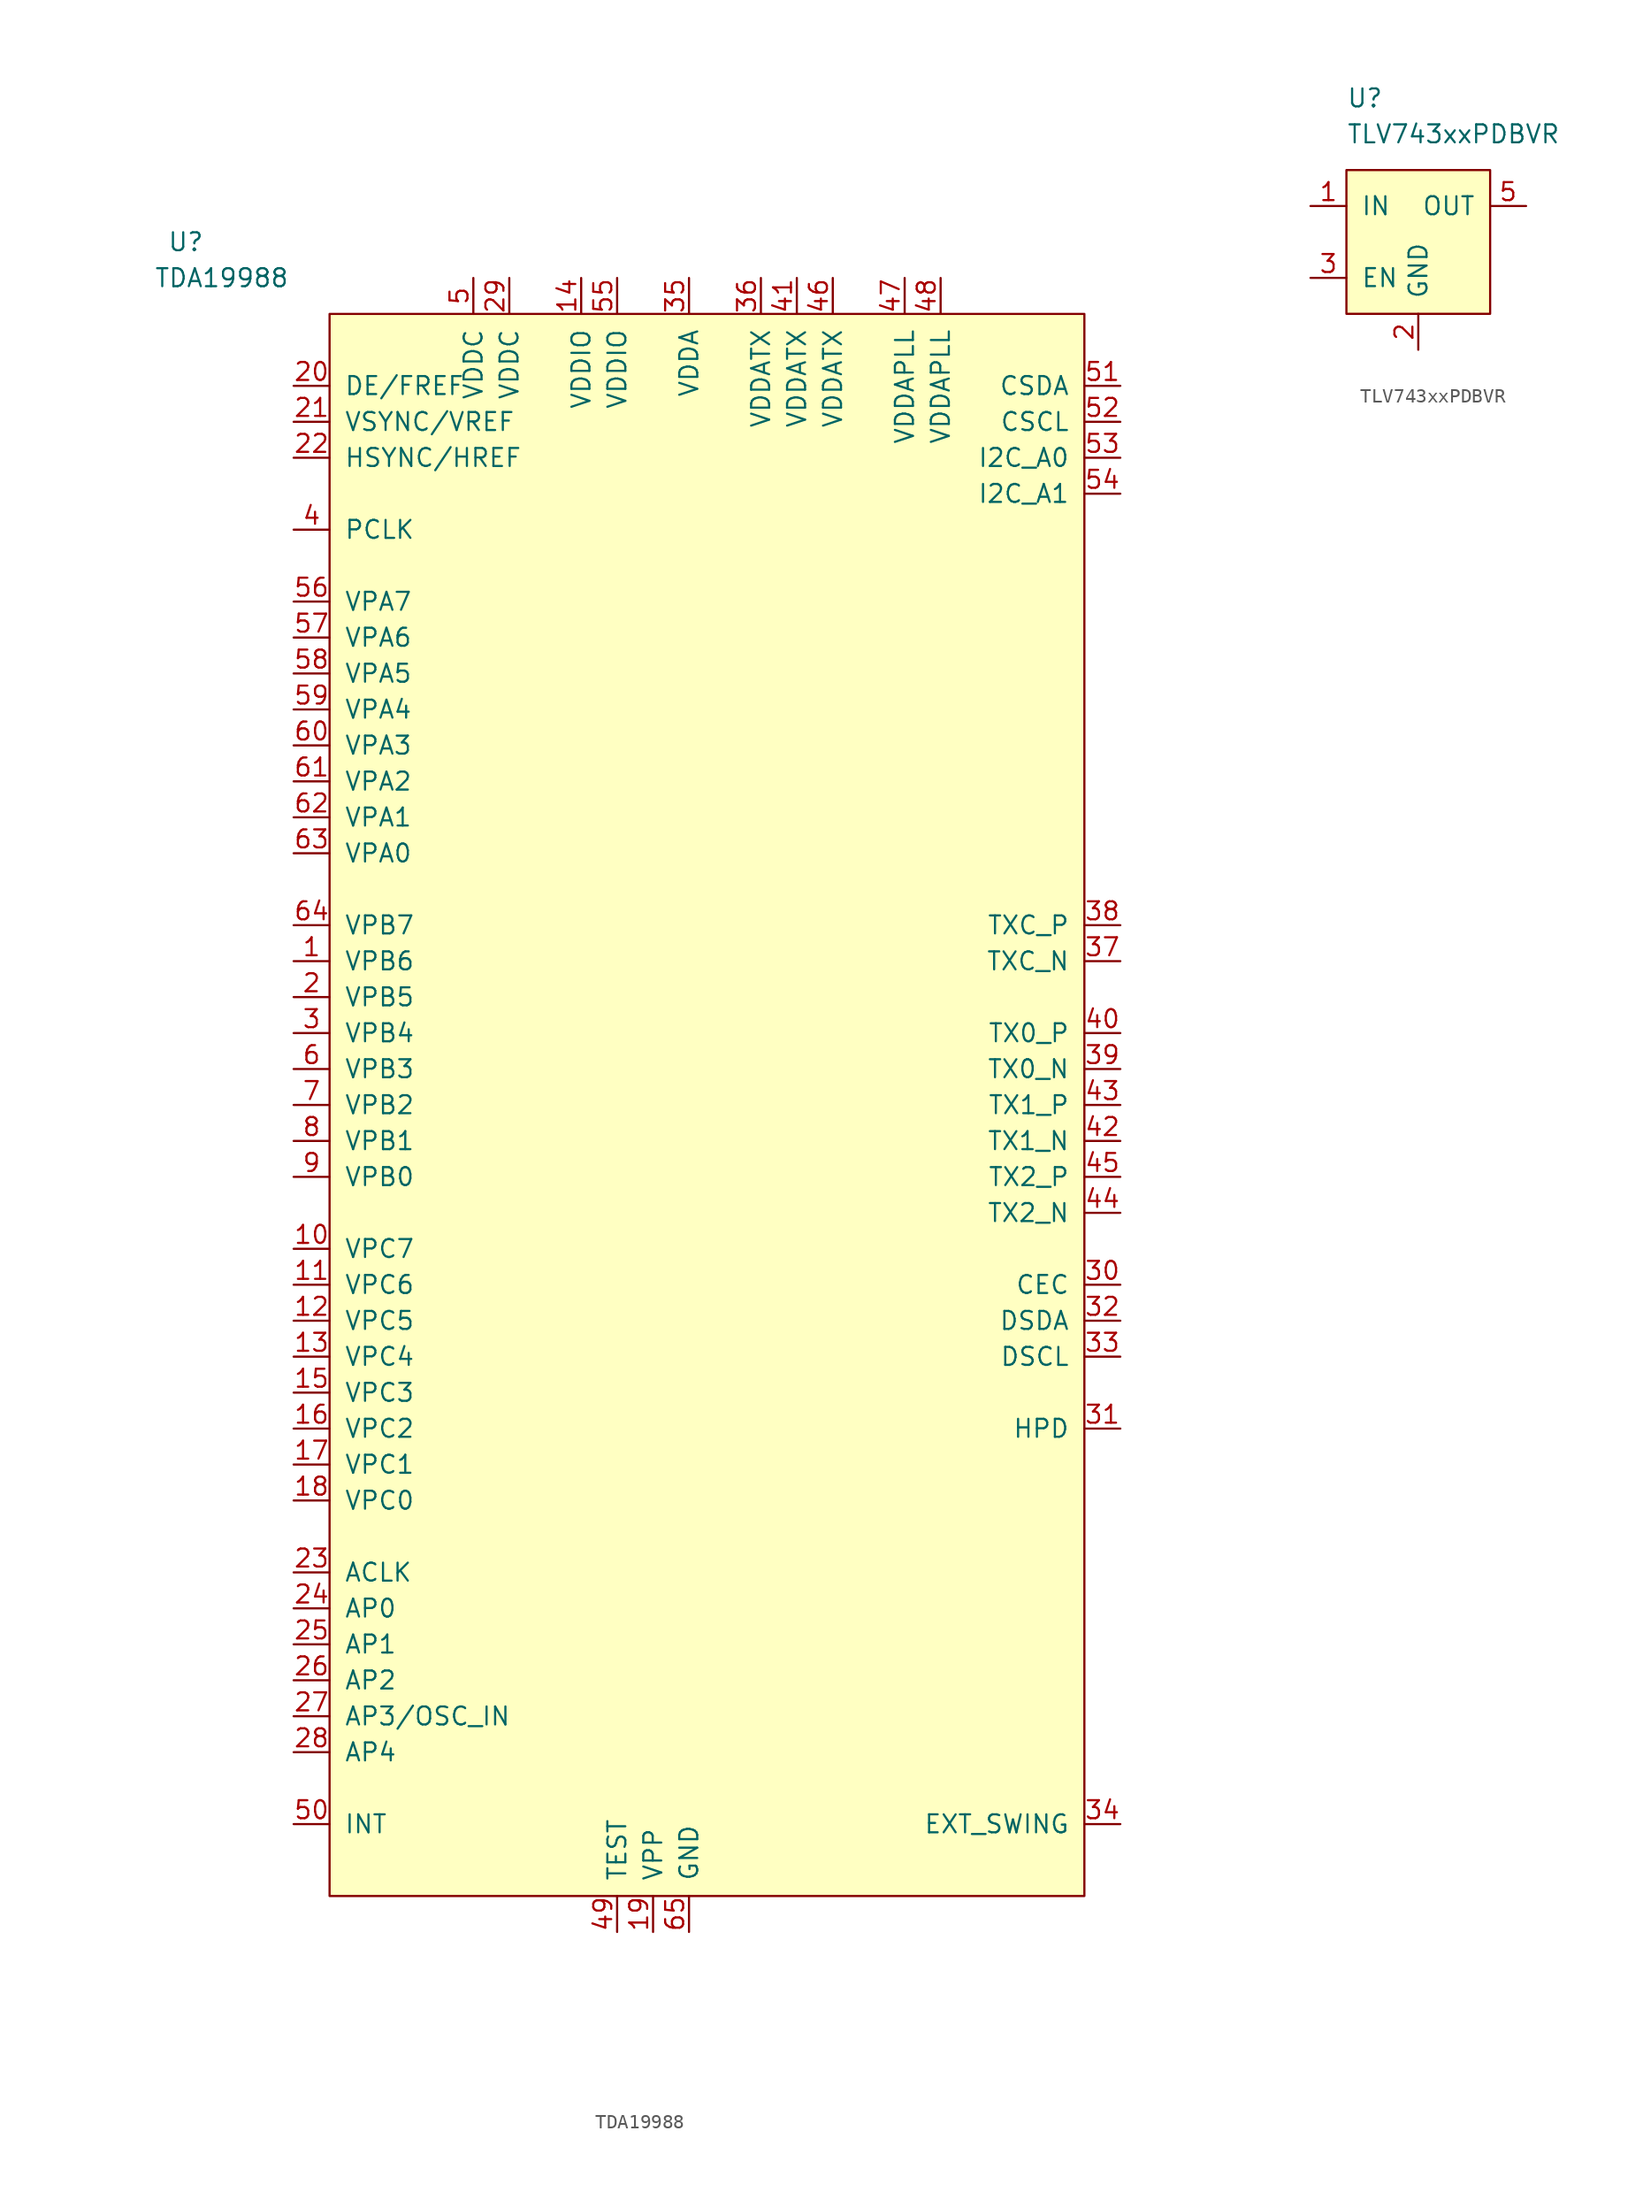
<source format=kicad_sym>
(kicad_symbol_lib
  (version 20241209)
  (generator "kicad_symbol_editor")
  (generator_version "9.0")
  (symbol "TDA19988"
    (pin_names
      (offset 1.016))
    (property "Reference" "U"
      (at -10.16 5.08 0)
      (effects (font (size 1.27 1.27))))
    (property "Value" "TDA19988"
      (at -7.62 2.54 0)
      (effects (font (size 1.27 1.27))))
    (symbol "TDA19988_0_1"
      (rectangle (start 0 0) (end 53.34 -111.76) (stroke (width 0) (type solid)) (fill (type background))))
    (symbol "TDA19988_1_1"
      (pin input line (at -2.54 -5.08 0) (length 2.54) (name "DE/FREF" (effects (font (size 1.27 1.27)))) (number "20" (effects (font (size 1.27 1.27)))))
      (pin input line (at -2.54 -7.62 0) (length 2.54) (name "VSYNC/VREF" (effects (font (size 1.27 1.27)))) (number "21" (effects (font (size 1.27 1.27)))))
      (pin input line (at -2.54 -10.16 0) (length 2.54) (name "HSYNC/HREF" (effects (font (size 1.27 1.27)))) (number "22" (effects (font (size 1.27 1.27)))))
      (pin input line (at -2.54 -15.24 0) (length 2.54) (name "PCLK" (effects (font (size 1.27 1.27)))) (number "4" (effects (font (size 1.27 1.27)))))
      (pin input line (at -2.54 -20.32 0) (length 2.54) (name "VPA7" (effects (font (size 1.27 1.27)))) (number "56" (effects (font (size 1.27 1.27)))))
      (pin input line (at -2.54 -22.86 0) (length 2.54) (name "VPA6" (effects (font (size 1.27 1.27)))) (number "57" (effects (font (size 1.27 1.27)))))
      (pin input line (at -2.54 -25.4 0) (length 2.54) (name "VPA5" (effects (font (size 1.27 1.27)))) (number "58" (effects (font (size 1.27 1.27)))))
      (pin input line (at -2.54 -27.94 0) (length 2.54) (name "VPA4" (effects (font (size 1.27 1.27)))) (number "59" (effects (font (size 1.27 1.27)))))
      (pin input line (at -2.54 -30.48 0) (length 2.54) (name "VPA3" (effects (font (size 1.27 1.27)))) (number "60" (effects (font (size 1.27 1.27)))))
      (pin input line (at -2.54 -33.02 0) (length 2.54) (name "VPA2" (effects (font (size 1.27 1.27)))) (number "61" (effects (font (size 1.27 1.27)))))
      (pin input line (at -2.54 -35.56 0) (length 2.54) (name "VPA1" (effects (font (size 1.27 1.27)))) (number "62" (effects (font (size 1.27 1.27)))))
      (pin input line (at -2.54 -38.1 0) (length 2.54) (name "VPA0" (effects (font (size 1.27 1.27)))) (number "63" (effects (font (size 1.27 1.27)))))
      (pin input line (at -2.54 -43.18 0) (length 2.54) (name "VPB7" (effects (font (size 1.27 1.27)))) (number "64" (effects (font (size 1.27 1.27)))))
      (pin input line (at -2.54 -45.72 0) (length 2.54) (name "VPB6" (effects (font (size 1.27 1.27)))) (number "1" (effects (font (size 1.27 1.27)))))
      (pin input line (at -2.54 -48.26 0) (length 2.54) (name "VPB5" (effects (font (size 1.27 1.27)))) (number "2" (effects (font (size 1.27 1.27)))))
      (pin input line (at -2.54 -50.8 0) (length 2.54) (name "VPB4" (effects (font (size 1.27 1.27)))) (number "3" (effects (font (size 1.27 1.27)))))
      (pin input line (at -2.54 -53.34 0) (length 2.54) (name "VPB3" (effects (font (size 1.27 1.27)))) (number "6" (effects (font (size 1.27 1.27)))))
      (pin input line (at -2.54 -55.88 0) (length 2.54) (name "VPB2" (effects (font (size 1.27 1.27)))) (number "7" (effects (font (size 1.27 1.27)))))
      (pin input line (at -2.54 -58.42 0) (length 2.54) (name "VPB1" (effects (font (size 1.27 1.27)))) (number "8" (effects (font (size 1.27 1.27)))))
      (pin input line (at -2.54 -60.96 0) (length 2.54) (name "VPB0" (effects (font (size 1.27 1.27)))) (number "9" (effects (font (size 1.27 1.27)))))
      (pin input line (at -2.54 -66.04 0) (length 2.54) (name "VPC7" (effects (font (size 1.27 1.27)))) (number "10" (effects (font (size 1.27 1.27)))))
      (pin input line (at -2.54 -68.58 0) (length 2.54) (name "VPC6" (effects (font (size 1.27 1.27)))) (number "11" (effects (font (size 1.27 1.27)))))
      (pin input line (at -2.54 -71.12 0) (length 2.54) (name "VPC5" (effects (font (size 1.27 1.27)))) (number "12" (effects (font (size 1.27 1.27)))))
      (pin input line (at -2.54 -73.66 0) (length 2.54) (name "VPC4" (effects (font (size 1.27 1.27)))) (number "13" (effects (font (size 1.27 1.27)))))
      (pin input line (at -2.54 -76.2 0) (length 2.54) (name "VPC3" (effects (font (size 1.27 1.27)))) (number "15" (effects (font (size 1.27 1.27)))))
      (pin input line (at -2.54 -78.74 0) (length 2.54) (name "VPC2" (effects (font (size 1.27 1.27)))) (number "16" (effects (font (size 1.27 1.27)))))
      (pin input line (at -2.54 -81.28 0) (length 2.54) (name "VPC1" (effects (font (size 1.27 1.27)))) (number "17" (effects (font (size 1.27 1.27)))))
      (pin input line (at -2.54 -83.82 0) (length 2.54) (name "VPC0" (effects (font (size 1.27 1.27)))) (number "18" (effects (font (size 1.27 1.27)))))
      (pin input line (at -2.54 -88.9 0) (length 2.54) (name "ACLK" (effects (font (size 1.27 1.27)))) (number "23" (effects (font (size 1.27 1.27)))))
      (pin input line (at -2.54 -91.44 0) (length 2.54) (name "AP0" (effects (font (size 1.27 1.27)))) (number "24" (effects (font (size 1.27 1.27)))))
      (pin input line (at -2.54 -93.98 0) (length 2.54) (name "AP1" (effects (font (size 1.27 1.27)))) (number "25" (effects (font (size 1.27 1.27)))))
      (pin input line (at -2.54 -96.52 0) (length 2.54) (name "AP2" (effects (font (size 1.27 1.27)))) (number "26" (effects (font (size 1.27 1.27)))))
      (pin input line (at -2.54 -99.06 0) (length 2.54) (name "AP3/OSC_IN" (effects (font (size 1.27 1.27)))) (number "27" (effects (font (size 1.27 1.27)))))
      (pin input line (at -2.54 -101.6 0) (length 2.54) (name "AP4" (effects (font (size 1.27 1.27)))) (number "28" (effects (font (size 1.27 1.27)))))
      (pin output line (at -2.54 -106.68 0) (length 2.54) (name "INT" (effects (font (size 1.27 1.27)))) (number "50" (effects (font (size 1.27 1.27)))))
      (pin power_in line (at 10.16 2.54 270) (length 2.54) (name "VDDC" (effects (font (size 1.27 1.27)))) (number "5" (effects (font (size 1.27 1.27)))))
      (pin power_in line (at 12.7 2.54 270) (length 2.54) (name "VDDC" (effects (font (size 1.27 1.27)))) (number "29" (effects (font (size 1.27 1.27)))))
      (pin power_in line (at 17.78 2.54 270) (length 2.54) (name "VDDIO" (effects (font (size 1.27 1.27)))) (number "14" (effects (font (size 1.27 1.27)))))
      (pin power_in line (at 20.32 2.54 270) (length 2.54) (name "VDDIO" (effects (font (size 1.27 1.27)))) (number "55" (effects (font (size 1.27 1.27)))))
      (pin passive line (at 20.32 -114.3 90) (length 2.54) (name "TEST" (effects (font (size 1.27 1.27)))) (number "49" (effects (font (size 1.27 1.27)))))
      (pin power_in line (at 22.86 -114.3 90) (length 2.54) (name "VPP" (effects (font (size 1.27 1.27)))) (number "19" (effects (font (size 1.27 1.27)))))
      (pin power_in line (at 25.4 2.54 270) (length 2.54) (name "VDDA" (effects (font (size 1.27 1.27)))) (number "35" (effects (font (size 1.27 1.27)))))
      (pin power_in line (at 25.4 -114.3 90) (length 2.54) (name "GND" (effects (font (size 1.27 1.27)))) (number "65" (effects (font (size 1.27 1.27)))))
      (pin power_in line (at 30.48 2.54 270) (length 2.54) (name "VDDATX" (effects (font (size 1.27 1.27)))) (number "36" (effects (font (size 1.27 1.27)))))
      (pin power_in line (at 33.02 2.54 270) (length 2.54) (name "VDDATX" (effects (font (size 1.27 1.27)))) (number "41" (effects (font (size 1.27 1.27)))))
      (pin power_in line (at 35.56 2.54 270) (length 2.54) (name "VDDATX" (effects (font (size 1.27 1.27)))) (number "46" (effects (font (size 1.27 1.27)))))
      (pin power_in line (at 40.64 2.54 270) (length 2.54) (name "VDDAPLL" (effects (font (size 1.27 1.27)))) (number "47" (effects (font (size 1.27 1.27)))))
      (pin power_in line (at 43.18 2.54 270) (length 2.54) (name "VDDAPLL" (effects (font (size 1.27 1.27)))) (number "48" (effects (font (size 1.27 1.27)))))
      (pin bidirectional line (at 55.88 -5.08 180) (length 2.54) (name "CSDA" (effects (font (size 1.27 1.27)))) (number "51" (effects (font (size 1.27 1.27)))))
      (pin input line (at 55.88 -7.62 180) (length 2.54) (name "CSCL" (effects (font (size 1.27 1.27)))) (number "52" (effects (font (size 1.27 1.27)))))
      (pin input line (at 55.88 -10.16 180) (length 2.54) (name "I2C_A0" (effects (font (size 1.27 1.27)))) (number "53" (effects (font (size 1.27 1.27)))))
      (pin input line (at 55.88 -12.7 180) (length 2.54) (name "I2C_A1" (effects (font (size 1.27 1.27)))) (number "54" (effects (font (size 1.27 1.27)))))
      (pin output line (at 55.88 -43.18 180) (length 2.54) (name "TXC_P" (effects (font (size 1.27 1.27)))) (number "38" (effects (font (size 1.27 1.27)))))
      (pin output line (at 55.88 -45.72 180) (length 2.54) (name "TXC_N" (effects (font (size 1.27 1.27)))) (number "37" (effects (font (size 1.27 1.27)))))
      (pin output line (at 55.88 -50.8 180) (length 2.54) (name "TX0_P" (effects (font (size 1.27 1.27)))) (number "40" (effects (font (size 1.27 1.27)))))
      (pin output line (at 55.88 -53.34 180) (length 2.54) (name "TX0_N" (effects (font (size 1.27 1.27)))) (number "39" (effects (font (size 1.27 1.27)))))
      (pin output line (at 55.88 -55.88 180) (length 2.54) (name "TX1_P" (effects (font (size 1.27 1.27)))) (number "43" (effects (font (size 1.27 1.27)))))
      (pin output line (at 55.88 -58.42 180) (length 2.54) (name "TX1_N" (effects (font (size 1.27 1.27)))) (number "42" (effects (font (size 1.27 1.27)))))
      (pin output line (at 55.88 -60.96 180) (length 2.54) (name "TX2_P" (effects (font (size 1.27 1.27)))) (number "45" (effects (font (size 1.27 1.27)))))
      (pin output line (at 55.88 -63.5 180) (length 2.54) (name "TX2_N" (effects (font (size 1.27 1.27)))) (number "44" (effects (font (size 1.27 1.27)))))
      (pin bidirectional line (at 55.88 -68.58 180) (length 2.54) (name "CEC" (effects (font (size 1.27 1.27)))) (number "30" (effects (font (size 1.27 1.27)))))
      (pin bidirectional line (at 55.88 -71.12 180) (length 2.54) (name "DSDA" (effects (font (size 1.27 1.27)))) (number "32" (effects (font (size 1.27 1.27)))))
      (pin input line (at 55.88 -73.66 180) (length 2.54) (name "DSCL" (effects (font (size 1.27 1.27)))) (number "33" (effects (font (size 1.27 1.27)))))
      (pin input line (at 55.88 -78.74 180) (length 2.54) (name "HPD" (effects (font (size 1.27 1.27)))) (number "31" (effects (font (size 1.27 1.27)))))
      (pin passive line (at 55.88 -106.68 180) (length 2.54) (name "EXT_SWING" (effects (font (size 1.27 1.27)))) (number "34" (effects (font (size 1.27 1.27)))))))
  (symbol "TLV743xxPDBVR"
    (pin_names
      (offset 1.016))
    (property "Reference" "U"
      (at 0 5.08 0)
      (effects (font (size 1.27 1.27)) (justify left)))
    (property "Value" "TLV743xxPDBVR"
      (at 0 2.54 0)
      (effects (font (size 1.27 1.27)) (justify left)))
    (symbol "TLV743xxPDBVR_0_1"
      (rectangle (start 0 0) (end 10.16 -10.16) (stroke (width 0) (type solid)) (fill (type background))))
    (symbol "TLV743xxPDBVR_1_1"
      (pin power_in line (at -2.54 -2.54 0) (length 2.54) (name "IN" (effects (font (size 1.27 1.27)))) (number "1" (effects (font (size 1.27 1.27)))))
      (pin input line (at -2.54 -7.62 0) (length 2.54) (name "EN" (effects (font (size 1.27 1.27)))) (number "3" (effects (font (size 1.27 1.27)))))
      (pin power_in line (at 5.08 -12.7 90) (length 2.54) (name "GND" (effects (font (size 1.27 1.27)))) (number "2" (effects (font (size 1.27 1.27)))))
      (pin power_out line (at 12.7 -2.54 180) (length 2.54) (name "OUT" (effects (font (size 1.27 1.27)))) (number "5" (effects (font (size 1.27 1.27))))))))
</source>
